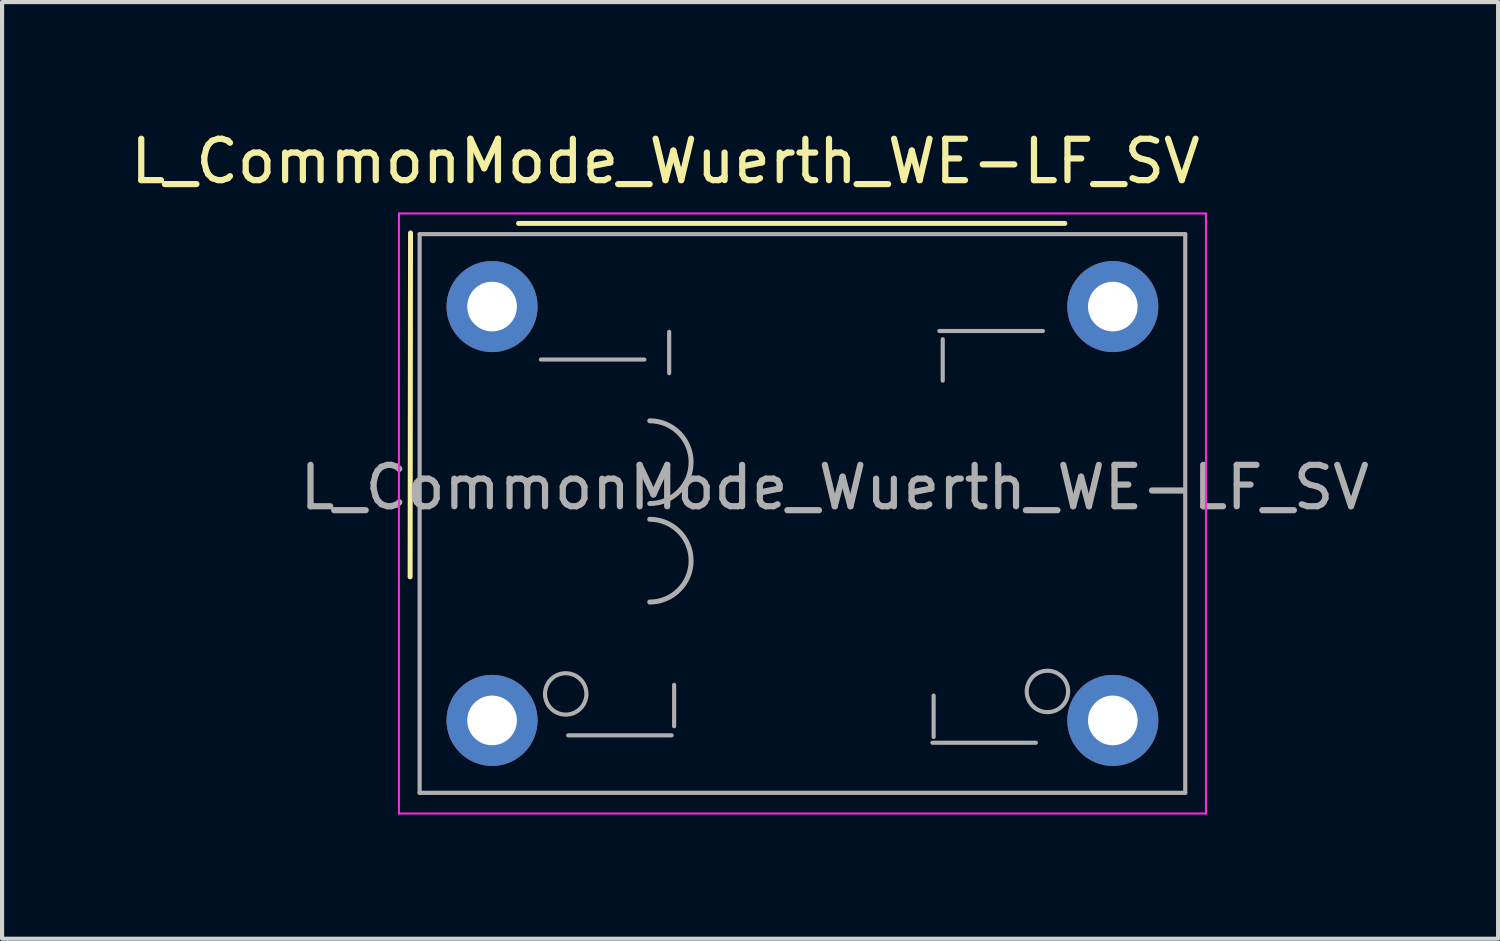
<source format=kicad_pcb>
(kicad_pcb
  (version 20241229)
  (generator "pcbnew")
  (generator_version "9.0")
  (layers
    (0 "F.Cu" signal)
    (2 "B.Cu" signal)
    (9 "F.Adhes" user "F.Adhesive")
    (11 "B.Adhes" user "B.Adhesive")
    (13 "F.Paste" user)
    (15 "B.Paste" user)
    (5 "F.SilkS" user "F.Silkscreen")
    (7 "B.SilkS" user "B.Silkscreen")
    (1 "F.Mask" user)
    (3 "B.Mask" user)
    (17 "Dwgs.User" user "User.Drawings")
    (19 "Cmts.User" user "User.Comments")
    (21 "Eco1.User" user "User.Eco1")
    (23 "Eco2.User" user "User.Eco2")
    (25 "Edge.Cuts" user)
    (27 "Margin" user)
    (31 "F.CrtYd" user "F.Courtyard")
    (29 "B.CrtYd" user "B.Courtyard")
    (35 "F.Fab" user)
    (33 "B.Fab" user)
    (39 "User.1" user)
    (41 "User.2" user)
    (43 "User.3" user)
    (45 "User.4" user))
  (footprint "L_CommonMode_Wuerth_WE-LF_SV"
    (layer "F.Cu")
    (at 16.34 9.358)
    (property "Reference" "L_CommonMode_Wuerth_WE-LF_SV" (at -3.31 -8.51 0) (layer "F.SilkS") (effects (font (size 1 1) (thickness 0.15))))
    (attr through_hole)
    (fp_line (start -9.48 1.53) (end -9.47 -6.78) (stroke (width 0.12) (type solid)) (layer "F.SilkS"))
    (fp_line (start -6.86 -7.01) (end 6.34 -7.01) (stroke (width 0.12) (type solid)) (layer "F.SilkS"))
    (fp_line (start -9.75 -7.25) (end 9.75 -7.25) (stroke (width 0.05) (type solid)) (layer "F.CrtYd"))
    (fp_line (start -9.75 7.25) (end -9.75 -7.25) (stroke (width 0.05) (type solid)) (layer "F.CrtYd"))
    (fp_line (start -9.75 7.25) (end 9.75 7.25) (stroke (width 0.05) (type solid)) (layer "F.CrtYd"))
    (fp_line (start 9.75 7.25) (end 9.75 -7.25) (stroke (width 0.05) (type solid)) (layer "F.CrtYd"))
    (fp_line (start -9.25 -6.75) (end 9.25 -6.75) (stroke (width 0.1) (type solid)) (layer "F.Fab"))
    (fp_line (start -9.25 6.75) (end -9.25 -6.75) (stroke (width 0.1) (type solid)) (layer "F.Fab"))
    (fp_line (start -9.25 6.75) (end 9.25 6.75) (stroke (width 0.1) (type solid)) (layer "F.Fab"))
    (fp_line (start -5.66 5.36) (end -3.16 5.36) (stroke (width 0.1) (type solid)) (layer "F.Fab"))
    (fp_line (start -3.82 -3.72) (end -6.32 -3.72) (stroke (width 0.1) (type solid)) (layer "F.Fab"))
    (fp_line (start -3.22 -4.39) (end -3.22 -3.39) (stroke (width 0.1) (type solid)) (layer "F.Fab"))
    (fp_line (start -3.1 4.14) (end -3.1 5.14) (stroke (width 0.1) (type solid)) (layer "F.Fab"))
    (fp_line (start 3.14 5.54) (end 5.64 5.54) (stroke (width 0.1) (type solid)) (layer "F.Fab"))
    (fp_line (start 3.17 4.4) (end 3.17 5.4) (stroke (width 0.1) (type solid)) (layer "F.Fab"))
    (fp_line (start 3.39 -4.21) (end 3.39 -3.21) (stroke (width 0.1) (type solid)) (layer "F.Fab"))
    (fp_line (start 5.81 -4.41) (end 3.31 -4.41) (stroke (width 0.1) (type solid)) (layer "F.Fab"))
    (fp_line (start 9.25 6.75) (end 9.25 -6.75) (stroke (width 0.1) (type solid)) (layer "F.Fab"))
    (fp_arc (start -3.69 -2.24) (mid -2.69 -1.24) (end -3.69 -0.24) (stroke (width 0.12) (type solid)) (layer "F.Fab"))
    (fp_arc (start -3.69 0.14) (mid -2.69 1.14) (end -3.69 2.14) (stroke (width 0.12) (type solid)) (layer "F.Fab"))
    (fp_circle (center -5.72 4.36) (end -5.22 4.36) (stroke (width 0.1) (type solid)) (fill no) (layer "F.Fab"))
    (fp_circle (center 5.92 4.3) (end 6.42 4.3) (stroke (width 0.1) (type solid)) (fill no) (layer "F.Fab"))
    (fp_text user "${REFERENCE}" (at 0.78 -0.63 0) (layer "F.Fab") (effects (font (size 1 1) (thickness 0.15))))
    (pad "1" thru_hole circle (at -7.5 5) (size 2.2 2.2) (drill 1.2) (layers "*.Cu" "*.Mask"))
    (pad "2" thru_hole circle (at -7.5 -5) (size 2.2 2.2) (drill 1.2) (layers "*.Cu" "*.Mask"))
    (pad "3" thru_hole circle (at 7.5 -5) (size 2.2 2.2) (drill 1.2) (layers "*.Cu" "*.Mask"))
    (pad "4" thru_hole circle (at 7.5 5) (size 2.2 2.2) (drill 1.2) (layers "*.Cu" "*.Mask")))
  (gr_rect
    (start -3 -3)
    (end 33.15 19.633)
    (stroke (width 0.1) (type default))
    (fill no)
    (layer "Edge.Cuts")))
</source>
